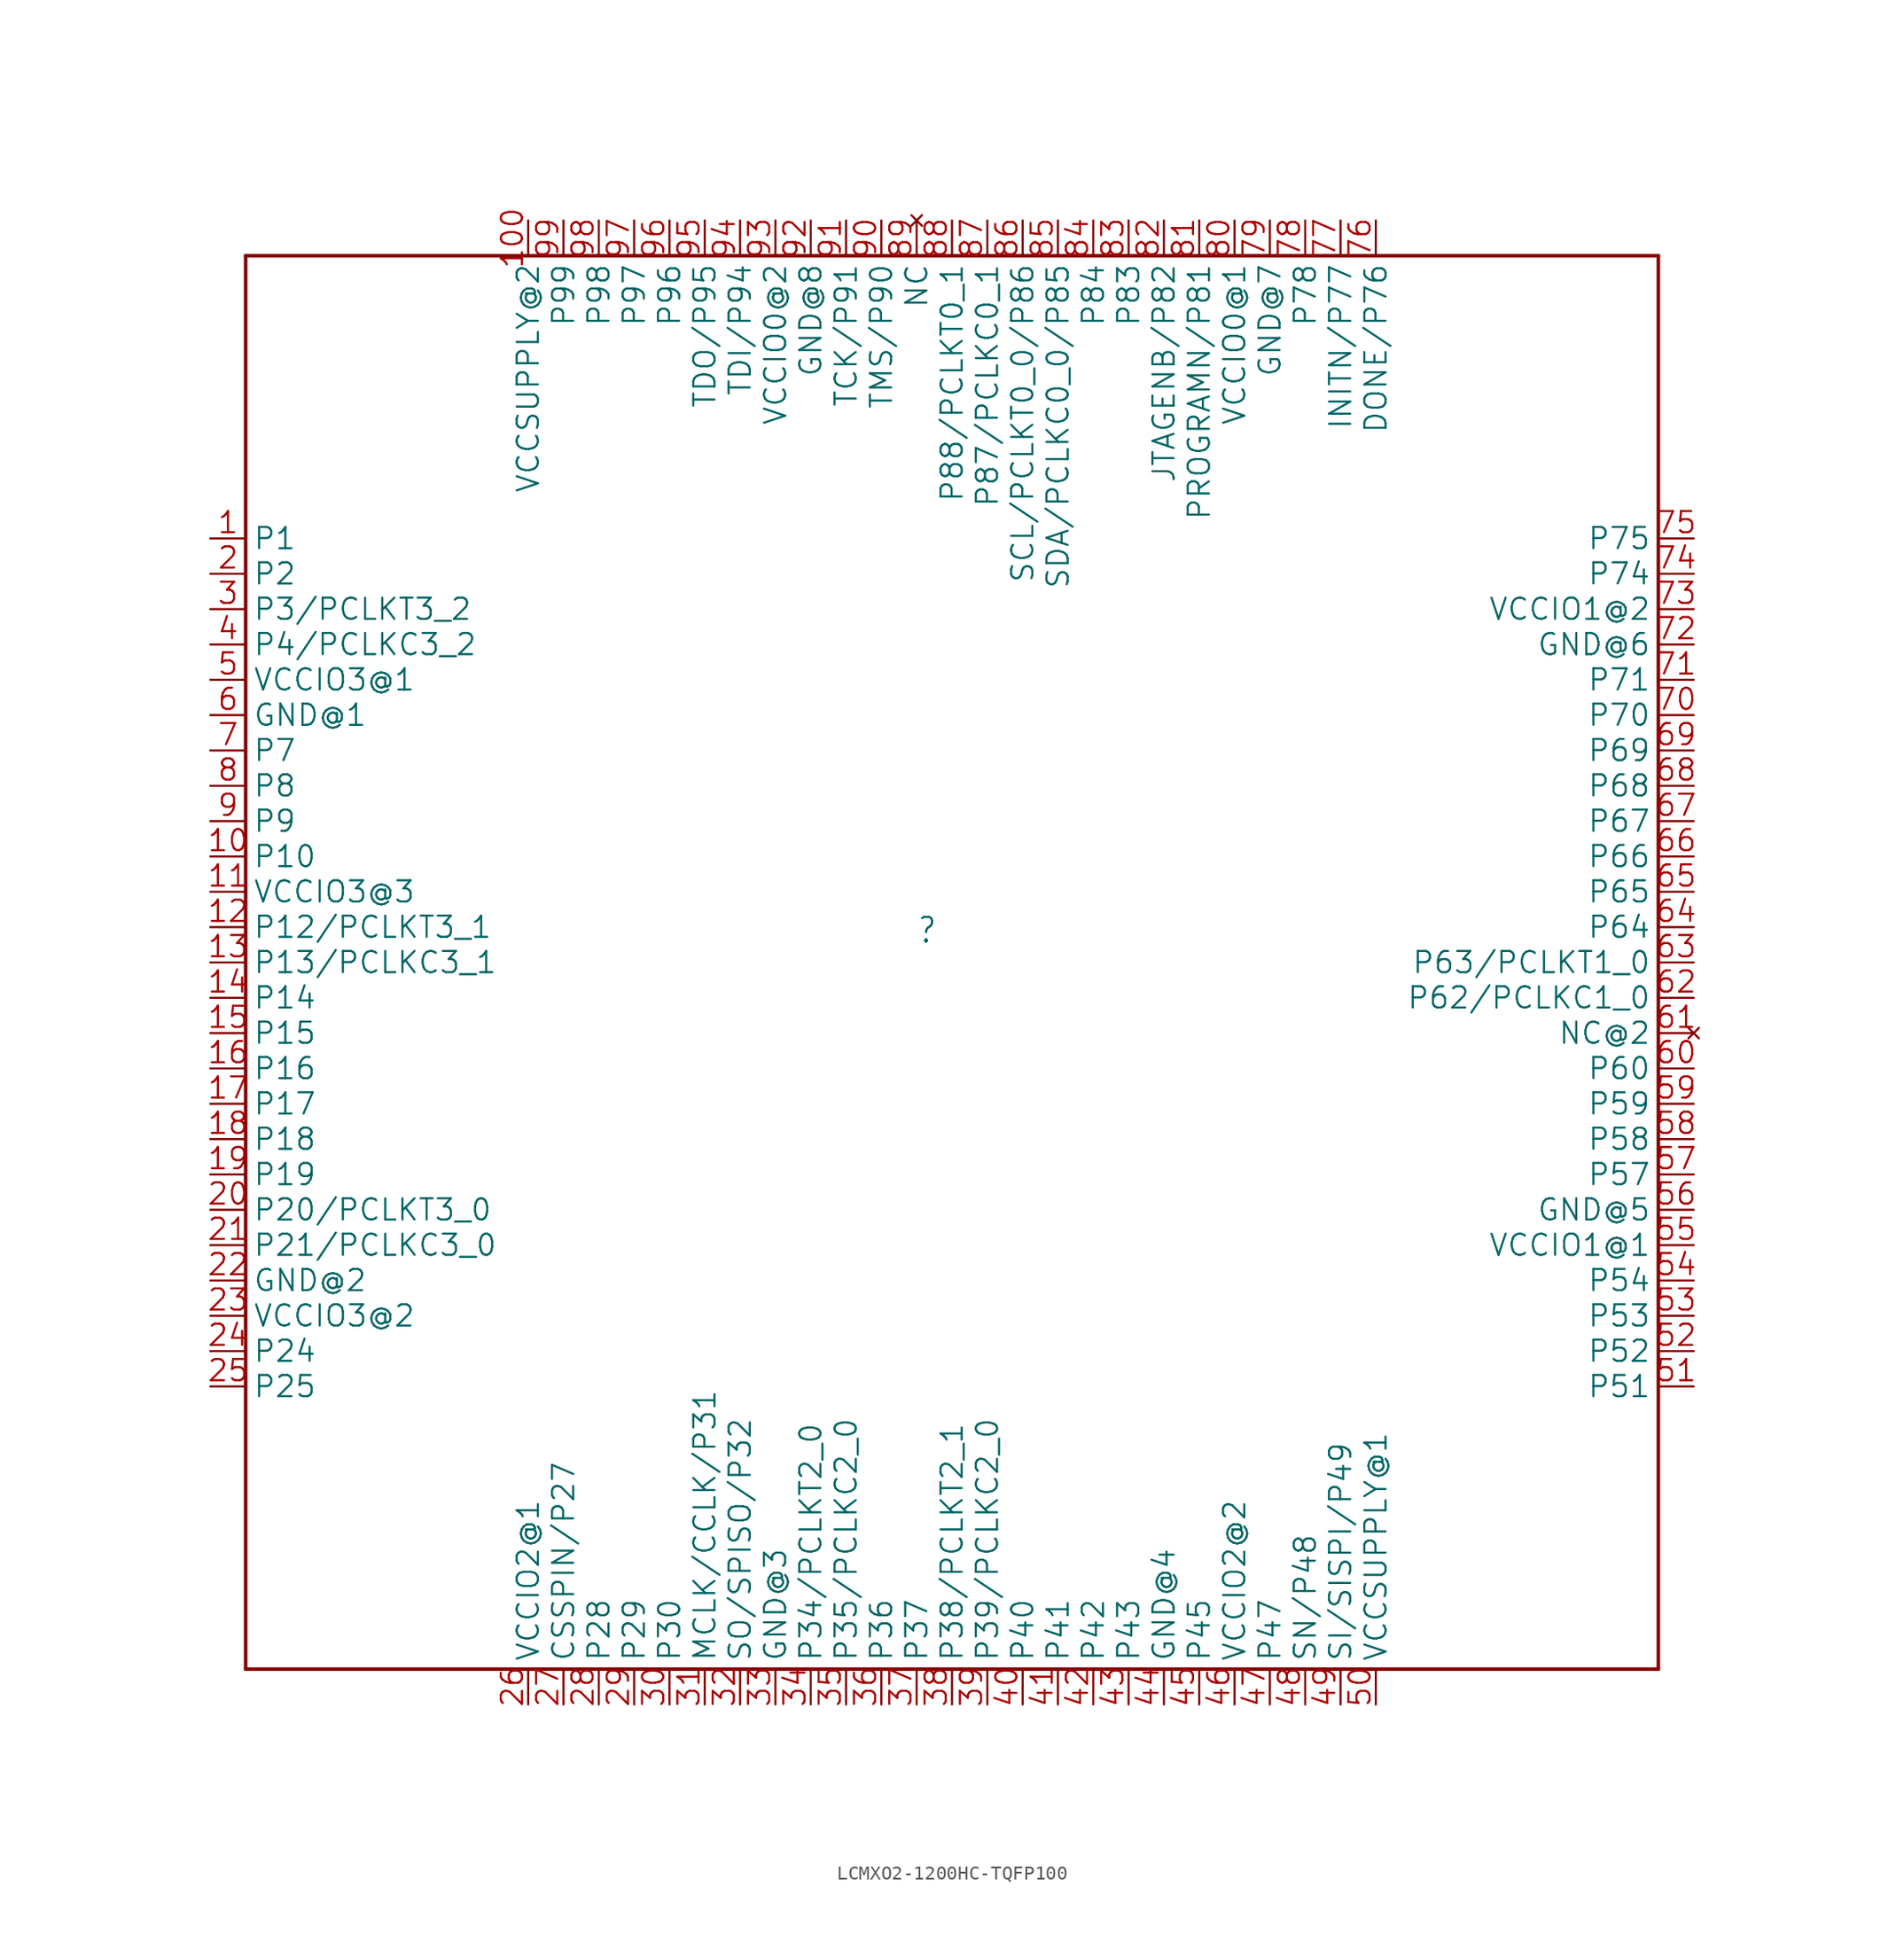
<source format=kicad_sym>
(kicad_symbol_lib
  (version 20241209)
  (generator "kicad_symbol_editor")
  (generator_version "9.0")
  (symbol "LCMXO2-1200HC-TQFP100"
    (property "Reference" ""
      (at -5.08 1.27 0)
      (effects (font (size 1.778 1.511)) (justify left bottom)))
    (property "Value" ""
      (at -5.08 -2.54 0)
      (effects (font (size 1.778 1.511)) (justify left bottom)))
    (property "ki_locked" ""
      (at 0 0 0)
      (effects (font (size 1.27 1.27))))
    (symbol "LCMXO2-1200HC-TQFP100_1_0"
      (polyline (pts (xy -53.34 50.8) (xy -53.34 -50.8)) (stroke (width 0.254) (type solid)) (fill (type none)))
      (polyline (pts (xy -53.34 -50.8) (xy 48.26 -50.8)) (stroke (width 0.254) (type solid)) (fill (type none)))
      (polyline (pts (xy 48.26 50.8) (xy -53.34 50.8)) (stroke (width 0.254) (type solid)) (fill (type none)))
      (polyline (pts (xy 48.26 -50.8) (xy 48.26 50.8)) (stroke (width 0.254) (type solid)) (fill (type none)))
      (pin bidirectional line (at -55.88 30.48 0) (length 2.54) (name "P1" (effects (font (size 1.524 1.524)))) (number "1" (effects (font (size 1.524 1.524)))))
      (pin bidirectional line (at -55.88 27.94 0) (length 2.54) (name "P2" (effects (font (size 1.524 1.524)))) (number "2" (effects (font (size 1.524 1.524)))))
      (pin bidirectional line (at -55.88 25.4 0) (length 2.54) (name "P3/PCLKT3_2" (effects (font (size 1.524 1.524)))) (number "3" (effects (font (size 1.524 1.524)))))
      (pin bidirectional line (at -55.88 22.86 0) (length 2.54) (name "P4/PCLKC3_2" (effects (font (size 1.524 1.524)))) (number "4" (effects (font (size 1.524 1.524)))))
      (pin power_in line (at -55.88 20.32 0) (length 2.54) (name "VCCIO3@1" (effects (font (size 1.524 1.524)))) (number "5" (effects (font (size 1.524 1.524)))))
      (pin power_in line (at -55.88 17.78 0) (length 2.54) (name "GND@1" (effects (font (size 1.524 1.524)))) (number "6" (effects (font (size 1.524 1.524)))))
      (pin bidirectional line (at -55.88 15.24 0) (length 2.54) (name "P7" (effects (font (size 1.524 1.524)))) (number "7" (effects (font (size 1.524 1.524)))))
      (pin bidirectional line (at -55.88 12.7 0) (length 2.54) (name "P8" (effects (font (size 1.524 1.524)))) (number "8" (effects (font (size 1.524 1.524)))))
      (pin bidirectional line (at -55.88 10.16 0) (length 2.54) (name "P9" (effects (font (size 1.524 1.524)))) (number "9" (effects (font (size 1.524 1.524)))))
      (pin bidirectional line (at -55.88 7.62 0) (length 2.54) (name "P10" (effects (font (size 1.524 1.524)))) (number "10" (effects (font (size 1.524 1.524)))))
      (pin power_in line (at -55.88 5.08 0) (length 2.54) (name "VCCIO3@3" (effects (font (size 1.524 1.524)))) (number "11" (effects (font (size 1.524 1.524)))))
      (pin bidirectional line (at -55.88 2.54 0) (length 2.54) (name "P12/PCLKT3_1" (effects (font (size 1.524 1.524)))) (number "12" (effects (font (size 1.524 1.524)))))
      (pin bidirectional line (at -55.88 0 0) (length 2.54) (name "P13/PCLKC3_1" (effects (font (size 1.524 1.524)))) (number "13" (effects (font (size 1.524 1.524)))))
      (pin bidirectional line (at -55.88 -2.54 0) (length 2.54) (name "P14" (effects (font (size 1.524 1.524)))) (number "14" (effects (font (size 1.524 1.524)))))
      (pin bidirectional line (at -55.88 -5.08 0) (length 2.54) (name "P15" (effects (font (size 1.524 1.524)))) (number "15" (effects (font (size 1.524 1.524)))))
      (pin bidirectional line (at -55.88 -7.62 0) (length 2.54) (name "P16" (effects (font (size 1.524 1.524)))) (number "16" (effects (font (size 1.524 1.524)))))
      (pin bidirectional line (at -55.88 -10.16 0) (length 2.54) (name "P17" (effects (font (size 1.524 1.524)))) (number "17" (effects (font (size 1.524 1.524)))))
      (pin bidirectional line (at -55.88 -12.7 0) (length 2.54) (name "P18" (effects (font (size 1.524 1.524)))) (number "18" (effects (font (size 1.524 1.524)))))
      (pin bidirectional line (at -55.88 -15.24 0) (length 2.54) (name "P19" (effects (font (size 1.524 1.524)))) (number "19" (effects (font (size 1.524 1.524)))))
      (pin bidirectional line (at -55.88 -17.78 0) (length 2.54) (name "P20/PCLKT3_0" (effects (font (size 1.524 1.524)))) (number "20" (effects (font (size 1.524 1.524)))))
      (pin bidirectional line (at -55.88 -20.32 0) (length 2.54) (name "P21/PCLKC3_0" (effects (font (size 1.524 1.524)))) (number "21" (effects (font (size 1.524 1.524)))))
      (pin power_in line (at -55.88 -22.86 0) (length 2.54) (name "GND@2" (effects (font (size 1.524 1.524)))) (number "22" (effects (font (size 1.524 1.524)))))
      (pin power_in line (at -55.88 -25.4 0) (length 2.54) (name "VCCIO3@2" (effects (font (size 1.524 1.524)))) (number "23" (effects (font (size 1.524 1.524)))))
      (pin bidirectional line (at -55.88 -27.94 0) (length 2.54) (name "P24" (effects (font (size 1.524 1.524)))) (number "24" (effects (font (size 1.524 1.524)))))
      (pin bidirectional line (at -55.88 -30.48 0) (length 2.54) (name "P25" (effects (font (size 1.524 1.524)))) (number "25" (effects (font (size 1.524 1.524)))))
      (pin power_in line (at -33.02 53.34 270) (length 2.54) (name "VCCSUPPLY@2" (effects (font (size 1.524 1.524)))) (number "100" (effects (font (size 1.524 1.524)))))
      (pin power_in line (at -33.02 -53.34 90) (length 2.54) (name "VCCIO2@1" (effects (font (size 1.524 1.524)))) (number "26" (effects (font (size 1.524 1.524)))))
      (pin bidirectional line (at -30.48 53.34 270) (length 2.54) (name "P99" (effects (font (size 1.524 1.524)))) (number "99" (effects (font (size 1.524 1.524)))))
      (pin bidirectional line (at -30.48 -53.34 90) (length 2.54) (name "CSSPIN/P27" (effects (font (size 1.524 1.524)))) (number "27" (effects (font (size 1.524 1.524)))))
      (pin bidirectional line (at -27.94 53.34 270) (length 2.54) (name "P98" (effects (font (size 1.524 1.524)))) (number "98" (effects (font (size 1.524 1.524)))))
      (pin bidirectional line (at -27.94 -53.34 90) (length 2.54) (name "P28" (effects (font (size 1.524 1.524)))) (number "28" (effects (font (size 1.524 1.524)))))
      (pin bidirectional line (at -25.4 53.34 270) (length 2.54) (name "P97" (effects (font (size 1.524 1.524)))) (number "97" (effects (font (size 1.524 1.524)))))
      (pin bidirectional line (at -25.4 -53.34 90) (length 2.54) (name "P29" (effects (font (size 1.524 1.524)))) (number "29" (effects (font (size 1.524 1.524)))))
      (pin bidirectional line (at -22.86 53.34 270) (length 2.54) (name "P96" (effects (font (size 1.524 1.524)))) (number "96" (effects (font (size 1.524 1.524)))))
      (pin bidirectional line (at -22.86 -53.34 90) (length 2.54) (name "P30" (effects (font (size 1.524 1.524)))) (number "30" (effects (font (size 1.524 1.524)))))
      (pin bidirectional line (at -20.32 53.34 270) (length 2.54) (name "TDO/P95" (effects (font (size 1.524 1.524)))) (number "95" (effects (font (size 1.524 1.524)))))
      (pin bidirectional line (at -20.32 -53.34 90) (length 2.54) (name "MCLK/CCLK/P31" (effects (font (size 1.524 1.524)))) (number "31" (effects (font (size 1.524 1.524)))))
      (pin bidirectional line (at -17.78 53.34 270) (length 2.54) (name "TDI/P94" (effects (font (size 1.524 1.524)))) (number "94" (effects (font (size 1.524 1.524)))))
      (pin bidirectional line (at -17.78 -53.34 90) (length 2.54) (name "SO/SPISO/P32" (effects (font (size 1.524 1.524)))) (number "32" (effects (font (size 1.524 1.524)))))
      (pin power_in line (at -15.24 53.34 270) (length 2.54) (name "VCCIO0@2" (effects (font (size 1.524 1.524)))) (number "93" (effects (font (size 1.524 1.524)))))
      (pin power_in line (at -15.24 -53.34 90) (length 2.54) (name "GND@3" (effects (font (size 1.524 1.524)))) (number "33" (effects (font (size 1.524 1.524)))))
      (pin power_in line (at -12.7 53.34 270) (length 2.54) (name "GND@8" (effects (font (size 1.524 1.524)))) (number "92" (effects (font (size 1.524 1.524)))))
      (pin bidirectional line (at -12.7 -53.34 90) (length 2.54) (name "P34/PCLKT2_0" (effects (font (size 1.524 1.524)))) (number "34" (effects (font (size 1.524 1.524)))))
      (pin bidirectional line (at -10.16 53.34 270) (length 2.54) (name "TCK/P91" (effects (font (size 1.524 1.524)))) (number "91" (effects (font (size 1.524 1.524)))))
      (pin bidirectional line (at -10.16 -53.34 90) (length 2.54) (name "P35/PCLKC2_0" (effects (font (size 1.524 1.524)))) (number "35" (effects (font (size 1.524 1.524)))))
      (pin bidirectional line (at -7.62 53.34 270) (length 2.54) (name "TMS/P90" (effects (font (size 1.524 1.524)))) (number "90" (effects (font (size 1.524 1.524)))))
      (pin bidirectional line (at -7.62 -53.34 90) (length 2.54) (name "P36" (effects (font (size 1.524 1.524)))) (number "36" (effects (font (size 1.524 1.524)))))
      (pin no_connect line (at -5.08 53.34 270) (length 2.54) (name "NC" (effects (font (size 1.524 1.524)))) (number "89" (effects (font (size 1.524 1.524)))))
      (pin bidirectional line (at -5.08 -53.34 90) (length 2.54) (name "P37" (effects (font (size 1.524 1.524)))) (number "37" (effects (font (size 1.524 1.524)))))
      (pin bidirectional line (at -2.54 53.34 270) (length 2.54) (name "P88/PCLKT0_1" (effects (font (size 1.524 1.524)))) (number "88" (effects (font (size 1.524 1.524)))))
      (pin bidirectional line (at -2.54 -53.34 90) (length 2.54) (name "P38/PCLKT2_1" (effects (font (size 1.524 1.524)))) (number "38" (effects (font (size 1.524 1.524)))))
      (pin bidirectional line (at 0 53.34 270) (length 2.54) (name "P87/PCLKC0_1" (effects (font (size 1.524 1.524)))) (number "87" (effects (font (size 1.524 1.524)))))
      (pin bidirectional line (at 0 -53.34 90) (length 2.54) (name "P39/PCLKC2_0" (effects (font (size 1.524 1.524)))) (number "39" (effects (font (size 1.524 1.524)))))
      (pin bidirectional line (at 2.54 53.34 270) (length 2.54) (name "SCL/PCLKT0_0/P86" (effects (font (size 1.524 1.524)))) (number "86" (effects (font (size 1.524 1.524)))))
      (pin bidirectional line (at 2.54 -53.34 90) (length 2.54) (name "P40" (effects (font (size 1.524 1.524)))) (number "40" (effects (font (size 1.524 1.524)))))
      (pin bidirectional line (at 5.08 53.34 270) (length 2.54) (name "SDA/PCLKC0_0/P85" (effects (font (size 1.524 1.524)))) (number "85" (effects (font (size 1.524 1.524)))))
      (pin bidirectional line (at 5.08 -53.34 90) (length 2.54) (name "P41" (effects (font (size 1.524 1.524)))) (number "41" (effects (font (size 1.524 1.524)))))
      (pin bidirectional line (at 7.62 53.34 270) (length 2.54) (name "P84" (effects (font (size 1.524 1.524)))) (number "84" (effects (font (size 1.524 1.524)))))
      (pin bidirectional line (at 7.62 -53.34 90) (length 2.54) (name "P42" (effects (font (size 1.524 1.524)))) (number "42" (effects (font (size 1.524 1.524)))))
      (pin bidirectional line (at 10.16 53.34 270) (length 2.54) (name "P83" (effects (font (size 1.524 1.524)))) (number "83" (effects (font (size 1.524 1.524)))))
      (pin bidirectional line (at 10.16 -53.34 90) (length 2.54) (name "P43" (effects (font (size 1.524 1.524)))) (number "43" (effects (font (size 1.524 1.524)))))
      (pin bidirectional line (at 12.7 53.34 270) (length 2.54) (name "JTAGENB/P82" (effects (font (size 1.524 1.524)))) (number "82" (effects (font (size 1.524 1.524)))))
      (pin power_in line (at 12.7 -53.34 90) (length 2.54) (name "GND@4" (effects (font (size 1.524 1.524)))) (number "44" (effects (font (size 1.524 1.524)))))
      (pin bidirectional line (at 15.24 53.34 270) (length 2.54) (name "PROGRAMN/P81" (effects (font (size 1.524 1.524)))) (number "81" (effects (font (size 1.524 1.524)))))
      (pin bidirectional line (at 15.24 -53.34 90) (length 2.54) (name "P45" (effects (font (size 1.524 1.524)))) (number "45" (effects (font (size 1.524 1.524)))))
      (pin power_in line (at 17.78 53.34 270) (length 2.54) (name "VCCIO0@1" (effects (font (size 1.524 1.524)))) (number "80" (effects (font (size 1.524 1.524)))))
      (pin power_in line (at 17.78 -53.34 90) (length 2.54) (name "VCCIO2@2" (effects (font (size 1.524 1.524)))) (number "46" (effects (font (size 1.524 1.524)))))
      (pin power_in line (at 20.32 53.34 270) (length 2.54) (name "GND@7" (effects (font (size 1.524 1.524)))) (number "79" (effects (font (size 1.524 1.524)))))
      (pin bidirectional line (at 20.32 -53.34 90) (length 2.54) (name "P47" (effects (font (size 1.524 1.524)))) (number "47" (effects (font (size 1.524 1.524)))))
      (pin bidirectional line (at 22.86 53.34 270) (length 2.54) (name "P78" (effects (font (size 1.524 1.524)))) (number "78" (effects (font (size 1.524 1.524)))))
      (pin bidirectional line (at 22.86 -53.34 90) (length 2.54) (name "SN/P48" (effects (font (size 1.524 1.524)))) (number "48" (effects (font (size 1.524 1.524)))))
      (pin bidirectional line (at 25.4 53.34 270) (length 2.54) (name "INITN/P77" (effects (font (size 1.524 1.524)))) (number "77" (effects (font (size 1.524 1.524)))))
      (pin bidirectional line (at 25.4 -53.34 90) (length 2.54) (name "SI/SISPI/P49" (effects (font (size 1.524 1.524)))) (number "49" (effects (font (size 1.524 1.524)))))
      (pin bidirectional line (at 27.94 53.34 270) (length 2.54) (name "DONE/P76" (effects (font (size 1.524 1.524)))) (number "76" (effects (font (size 1.524 1.524)))))
      (pin power_in line (at 27.94 -53.34 90) (length 2.54) (name "VCCSUPPLY@1" (effects (font (size 1.524 1.524)))) (number "50" (effects (font (size 1.524 1.524)))))
      (pin bidirectional line (at 50.8 30.48 180) (length 2.54) (name "P75" (effects (font (size 1.524 1.524)))) (number "75" (effects (font (size 1.524 1.524)))))
      (pin bidirectional line (at 50.8 27.94 180) (length 2.54) (name "P74" (effects (font (size 1.524 1.524)))) (number "74" (effects (font (size 1.524 1.524)))))
      (pin power_in line (at 50.8 25.4 180) (length 2.54) (name "VCCIO1@2" (effects (font (size 1.524 1.524)))) (number "73" (effects (font (size 1.524 1.524)))))
      (pin power_in line (at 50.8 22.86 180) (length 2.54) (name "GND@6" (effects (font (size 1.524 1.524)))) (number "72" (effects (font (size 1.524 1.524)))))
      (pin bidirectional line (at 50.8 20.32 180) (length 2.54) (name "P71" (effects (font (size 1.524 1.524)))) (number "71" (effects (font (size 1.524 1.524)))))
      (pin bidirectional line (at 50.8 17.78 180) (length 2.54) (name "P70" (effects (font (size 1.524 1.524)))) (number "70" (effects (font (size 1.524 1.524)))))
      (pin bidirectional line (at 50.8 15.24 180) (length 2.54) (name "P69" (effects (font (size 1.524 1.524)))) (number "69" (effects (font (size 1.524 1.524)))))
      (pin bidirectional line (at 50.8 12.7 180) (length 2.54) (name "P68" (effects (font (size 1.524 1.524)))) (number "68" (effects (font (size 1.524 1.524)))))
      (pin bidirectional line (at 50.8 10.16 180) (length 2.54) (name "P67" (effects (font (size 1.524 1.524)))) (number "67" (effects (font (size 1.524 1.524)))))
      (pin bidirectional line (at 50.8 7.62 180) (length 2.54) (name "P66" (effects (font (size 1.524 1.524)))) (number "66" (effects (font (size 1.524 1.524)))))
      (pin bidirectional line (at 50.8 5.08 180) (length 2.54) (name "P65" (effects (font (size 1.524 1.524)))) (number "65" (effects (font (size 1.524 1.524)))))
      (pin bidirectional line (at 50.8 2.54 180) (length 2.54) (name "P64" (effects (font (size 1.524 1.524)))) (number "64" (effects (font (size 1.524 1.524)))))
      (pin bidirectional line (at 50.8 0 180) (length 2.54) (name "P63/PCLKT1_0" (effects (font (size 1.524 1.524)))) (number "63" (effects (font (size 1.524 1.524)))))
      (pin bidirectional line (at 50.8 -2.54 180) (length 2.54) (name "P62/PCLKC1_0" (effects (font (size 1.524 1.524)))) (number "62" (effects (font (size 1.524 1.524)))))
      (pin no_connect line (at 50.8 -5.08 180) (length 2.54) (name "NC@2" (effects (font (size 1.524 1.524)))) (number "61" (effects (font (size 1.524 1.524)))))
      (pin bidirectional line (at 50.8 -7.62 180) (length 2.54) (name "P60" (effects (font (size 1.524 1.524)))) (number "60" (effects (font (size 1.524 1.524)))))
      (pin bidirectional line (at 50.8 -10.16 180) (length 2.54) (name "P59" (effects (font (size 1.524 1.524)))) (number "59" (effects (font (size 1.524 1.524)))))
      (pin bidirectional line (at 50.8 -12.7 180) (length 2.54) (name "P58" (effects (font (size 1.524 1.524)))) (number "58" (effects (font (size 1.524 1.524)))))
      (pin bidirectional line (at 50.8 -15.24 180) (length 2.54) (name "P57" (effects (font (size 1.524 1.524)))) (number "57" (effects (font (size 1.524 1.524)))))
      (pin power_in line (at 50.8 -17.78 180) (length 2.54) (name "GND@5" (effects (font (size 1.524 1.524)))) (number "56" (effects (font (size 1.524 1.524)))))
      (pin power_in line (at 50.8 -20.32 180) (length 2.54) (name "VCCIO1@1" (effects (font (size 1.524 1.524)))) (number "55" (effects (font (size 1.524 1.524)))))
      (pin bidirectional line (at 50.8 -22.86 180) (length 2.54) (name "P54" (effects (font (size 1.524 1.524)))) (number "54" (effects (font (size 1.524 1.524)))))
      (pin bidirectional line (at 50.8 -25.4 180) (length 2.54) (name "P53" (effects (font (size 1.524 1.524)))) (number "53" (effects (font (size 1.524 1.524)))))
      (pin bidirectional line (at 50.8 -27.94 180) (length 2.54) (name "P52" (effects (font (size 1.524 1.524)))) (number "52" (effects (font (size 1.524 1.524)))))
      (pin bidirectional line (at 50.8 -30.48 180) (length 2.54) (name "P51" (effects (font (size 1.524 1.524)))) (number "51" (effects (font (size 1.524 1.524))))))))
</source>
